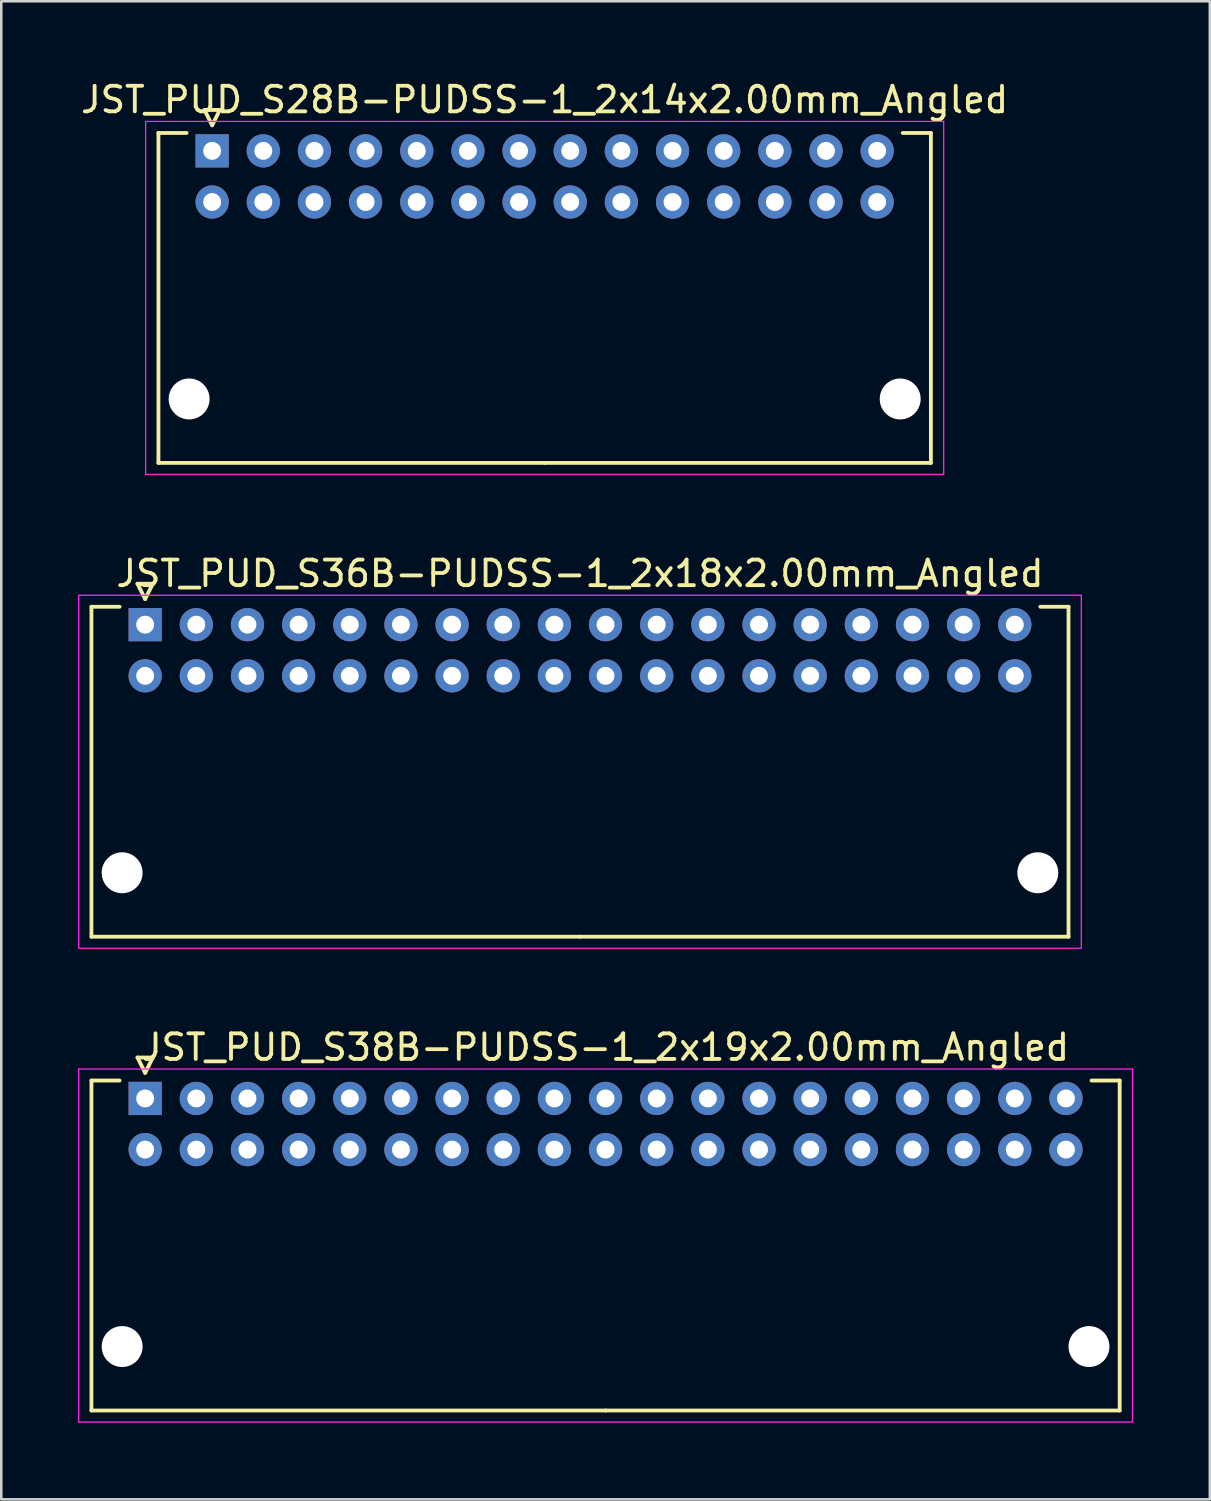
<source format=kicad_pcb>
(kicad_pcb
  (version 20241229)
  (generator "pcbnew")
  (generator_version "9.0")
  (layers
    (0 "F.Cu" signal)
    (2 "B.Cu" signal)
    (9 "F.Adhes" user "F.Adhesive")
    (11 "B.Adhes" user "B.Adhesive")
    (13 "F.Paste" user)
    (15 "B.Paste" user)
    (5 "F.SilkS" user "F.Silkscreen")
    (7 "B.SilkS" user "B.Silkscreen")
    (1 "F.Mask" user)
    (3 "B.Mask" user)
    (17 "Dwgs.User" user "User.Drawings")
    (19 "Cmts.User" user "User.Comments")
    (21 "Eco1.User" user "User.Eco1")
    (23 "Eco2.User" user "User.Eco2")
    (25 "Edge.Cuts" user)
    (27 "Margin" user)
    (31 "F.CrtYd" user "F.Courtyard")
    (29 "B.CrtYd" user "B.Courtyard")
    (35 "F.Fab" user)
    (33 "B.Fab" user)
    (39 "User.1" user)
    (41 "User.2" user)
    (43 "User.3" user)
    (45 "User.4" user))
  (footprint "JST_PUD_S28B-PUDSS-1_2x14x2.00mm_Angled"
    (layer "F.Cu")
    (at 5.244 2.848)
    (property "Reference" "JST_PUD_S28B-PUDSS-1_2x14x2.00mm_Angled" (at 13 -2 0) (layer "F.SilkS") (effects (font (size 1 1) (thickness 0.15))))
    (attr through_hole)
    (fp_line (start -2.1 -0.7) (end -2.1 12.2) (stroke (width 0.15) (type solid)) (layer "F.SilkS"))
    (fp_line (start -2.1 12.2) (end 13 12.2) (stroke (width 0.15) (type solid)) (layer "F.SilkS"))
    (fp_line (start -1 -0.7) (end -2.1 -0.7) (stroke (width 0.15) (type solid)) (layer "F.SilkS"))
    (fp_line (start -0.3 -1.6) (end 0.3 -1.6) (stroke (width 0.15) (type solid)) (layer "F.SilkS"))
    (fp_line (start 0 -1) (end -0.3 -1.6) (stroke (width 0.15) (type solid)) (layer "F.SilkS"))
    (fp_line (start 0.3 -1.6) (end 0 -1) (stroke (width 0.15) (type solid)) (layer "F.SilkS"))
    (fp_line (start 27 -0.7) (end 28.1 -0.7) (stroke (width 0.15) (type solid)) (layer "F.SilkS"))
    (fp_line (start 28.1 -0.7) (end 28.1 12.2) (stroke (width 0.15) (type solid)) (layer "F.SilkS"))
    (fp_line (start 28.1 12.2) (end 13 12.2) (stroke (width 0.15) (type solid)) (layer "F.SilkS"))
    (fp_line (start -2.6 -1.15) (end -2.6 12.65) (stroke (width 0.05) (type solid)) (layer "F.CrtYd"))
    (fp_line (start -2.6 12.65) (end 28.6 12.65) (stroke (width 0.05) (type solid)) (layer "F.CrtYd"))
    (fp_line (start 28.6 -1.15) (end -2.6 -1.15) (stroke (width 0.05) (type solid)) (layer "F.CrtYd"))
    (fp_line (start 28.6 12.65) (end 28.6 -1.15) (stroke (width 0.05) (type solid)) (layer "F.CrtYd"))
    (pad "" np_thru_hole circle (at -0.9 9.7) (size 1.6 1.6) (drill 1.6) (layers "*.Cu"))
    (pad "" np_thru_hole circle (at 26.9 9.7) (size 1.6 1.6) (drill 1.6) (layers "*.Cu"))
    (pad "1" thru_hole rect (at 0 0) (size 1.3 1.3) (drill 0.7) (layers "*.Cu" "*.Mask"))
    (pad "2" thru_hole circle (at 0 2) (size 1.3 1.3) (drill 0.7) (layers "*.Cu" "*.Mask"))
    (pad "3" thru_hole circle (at 2 0) (size 1.3 1.3) (drill 0.7) (layers "*.Cu" "*.Mask"))
    (pad "4" thru_hole circle (at 2 2) (size 1.3 1.3) (drill 0.7) (layers "*.Cu" "*.Mask"))
    (pad "5" thru_hole circle (at 4 0) (size 1.3 1.3) (drill 0.7) (layers "*.Cu" "*.Mask"))
    (pad "6" thru_hole circle (at 4 2) (size 1.3 1.3) (drill 0.7) (layers "*.Cu" "*.Mask"))
    (pad "7" thru_hole circle (at 6 0) (size 1.3 1.3) (drill 0.7) (layers "*.Cu" "*.Mask"))
    (pad "8" thru_hole circle (at 6 2) (size 1.3 1.3) (drill 0.7) (layers "*.Cu" "*.Mask"))
    (pad "9" thru_hole circle (at 8 0) (size 1.3 1.3) (drill 0.7) (layers "*.Cu" "*.Mask"))
    (pad "10" thru_hole circle (at 8 2) (size 1.3 1.3) (drill 0.7) (layers "*.Cu" "*.Mask"))
    (pad "11" thru_hole circle (at 10 0) (size 1.3 1.3) (drill 0.7) (layers "*.Cu" "*.Mask"))
    (pad "12" thru_hole circle (at 10 2) (size 1.3 1.3) (drill 0.7) (layers "*.Cu" "*.Mask"))
    (pad "13" thru_hole circle (at 12 0) (size 1.3 1.3) (drill 0.7) (layers "*.Cu" "*.Mask"))
    (pad "14" thru_hole circle (at 12 2) (size 1.3 1.3) (drill 0.7) (layers "*.Cu" "*.Mask"))
    (pad "15" thru_hole circle (at 14 0) (size 1.3 1.3) (drill 0.7) (layers "*.Cu" "*.Mask"))
    (pad "16" thru_hole circle (at 14 2) (size 1.3 1.3) (drill 0.7) (layers "*.Cu" "*.Mask"))
    (pad "17" thru_hole circle (at 16 0) (size 1.3 1.3) (drill 0.7) (layers "*.Cu" "*.Mask"))
    (pad "18" thru_hole circle (at 16 2) (size 1.3 1.3) (drill 0.7) (layers "*.Cu" "*.Mask"))
    (pad "19" thru_hole circle (at 18 0) (size 1.3 1.3) (drill 0.7) (layers "*.Cu" "*.Mask"))
    (pad "20" thru_hole circle (at 18 2) (size 1.3 1.3) (drill 0.7) (layers "*.Cu" "*.Mask"))
    (pad "21" thru_hole circle (at 20 0) (size 1.3 1.3) (drill 0.7) (layers "*.Cu" "*.Mask"))
    (pad "22" thru_hole circle (at 20 2) (size 1.3 1.3) (drill 0.7) (layers "*.Cu" "*.Mask"))
    (pad "23" thru_hole circle (at 22 0) (size 1.3 1.3) (drill 0.7) (layers "*.Cu" "*.Mask"))
    (pad "24" thru_hole circle (at 22 2) (size 1.3 1.3) (drill 0.7) (layers "*.Cu" "*.Mask"))
    (pad "25" thru_hole circle (at 24 0) (size 1.3 1.3) (drill 0.7) (layers "*.Cu" "*.Mask"))
    (pad "26" thru_hole circle (at 24 2) (size 1.3 1.3) (drill 0.7) (layers "*.Cu" "*.Mask"))
    (pad "27" thru_hole circle (at 26 0) (size 1.3 1.3) (drill 0.7) (layers "*.Cu" "*.Mask"))
    (pad "28" thru_hole circle (at 26 2) (size 1.3 1.3) (drill 0.7) (layers "*.Cu" "*.Mask")))
  (footprint "JST_PUD_S36B-PUDSS-1_2x18x2.00mm_Angled"
    (layer "F.Cu")
    (at 2.625 21.372)
    (property "Reference" "JST_PUD_S36B-PUDSS-1_2x18x2.00mm_Angled" (at 17 -2 0) (layer "F.SilkS") (effects (font (size 1 1) (thickness 0.15))))
    (attr through_hole)
    (fp_line (start -2.1 -0.7) (end -2.1 12.2) (stroke (width 0.15) (type solid)) (layer "F.SilkS"))
    (fp_line (start -2.1 12.2) (end 17 12.2) (stroke (width 0.15) (type solid)) (layer "F.SilkS"))
    (fp_line (start -1 -0.7) (end -2.1 -0.7) (stroke (width 0.15) (type solid)) (layer "F.SilkS"))
    (fp_line (start -0.3 -1.6) (end 0.3 -1.6) (stroke (width 0.15) (type solid)) (layer "F.SilkS"))
    (fp_line (start 0 -1) (end -0.3 -1.6) (stroke (width 0.15) (type solid)) (layer "F.SilkS"))
    (fp_line (start 0.3 -1.6) (end 0 -1) (stroke (width 0.15) (type solid)) (layer "F.SilkS"))
    (fp_line (start 35 -0.7) (end 36.1 -0.7) (stroke (width 0.15) (type solid)) (layer "F.SilkS"))
    (fp_line (start 36.1 -0.7) (end 36.1 12.2) (stroke (width 0.15) (type solid)) (layer "F.SilkS"))
    (fp_line (start 36.1 12.2) (end 17 12.2) (stroke (width 0.15) (type solid)) (layer "F.SilkS"))
    (fp_line (start -2.6 -1.15) (end -2.6 12.65) (stroke (width 0.05) (type solid)) (layer "F.CrtYd"))
    (fp_line (start -2.6 12.65) (end 36.6 12.65) (stroke (width 0.05) (type solid)) (layer "F.CrtYd"))
    (fp_line (start 36.6 -1.15) (end -2.6 -1.15) (stroke (width 0.05) (type solid)) (layer "F.CrtYd"))
    (fp_line (start 36.6 12.65) (end 36.6 -1.15) (stroke (width 0.05) (type solid)) (layer "F.CrtYd"))
    (pad "" np_thru_hole circle (at -0.9 9.7) (size 1.6 1.6) (drill 1.6) (layers "*.Cu"))
    (pad "" np_thru_hole circle (at 34.9 9.7) (size 1.6 1.6) (drill 1.6) (layers "*.Cu"))
    (pad "1" thru_hole rect (at 0 0) (size 1.3 1.3) (drill 0.7) (layers "*.Cu" "*.Mask"))
    (pad "2" thru_hole circle (at 0 2) (size 1.3 1.3) (drill 0.7) (layers "*.Cu" "*.Mask"))
    (pad "3" thru_hole circle (at 2 0) (size 1.3 1.3) (drill 0.7) (layers "*.Cu" "*.Mask"))
    (pad "4" thru_hole circle (at 2 2) (size 1.3 1.3) (drill 0.7) (layers "*.Cu" "*.Mask"))
    (pad "5" thru_hole circle (at 4 0) (size 1.3 1.3) (drill 0.7) (layers "*.Cu" "*.Mask"))
    (pad "6" thru_hole circle (at 4 2) (size 1.3 1.3) (drill 0.7) (layers "*.Cu" "*.Mask"))
    (pad "7" thru_hole circle (at 6 0) (size 1.3 1.3) (drill 0.7) (layers "*.Cu" "*.Mask"))
    (pad "8" thru_hole circle (at 6 2) (size 1.3 1.3) (drill 0.7) (layers "*.Cu" "*.Mask"))
    (pad "9" thru_hole circle (at 8 0) (size 1.3 1.3) (drill 0.7) (layers "*.Cu" "*.Mask"))
    (pad "10" thru_hole circle (at 8 2) (size 1.3 1.3) (drill 0.7) (layers "*.Cu" "*.Mask"))
    (pad "11" thru_hole circle (at 10 0) (size 1.3 1.3) (drill 0.7) (layers "*.Cu" "*.Mask"))
    (pad "12" thru_hole circle (at 10 2) (size 1.3 1.3) (drill 0.7) (layers "*.Cu" "*.Mask"))
    (pad "13" thru_hole circle (at 12 0) (size 1.3 1.3) (drill 0.7) (layers "*.Cu" "*.Mask"))
    (pad "14" thru_hole circle (at 12 2) (size 1.3 1.3) (drill 0.7) (layers "*.Cu" "*.Mask"))
    (pad "15" thru_hole circle (at 14 0) (size 1.3 1.3) (drill 0.7) (layers "*.Cu" "*.Mask"))
    (pad "16" thru_hole circle (at 14 2) (size 1.3 1.3) (drill 0.7) (layers "*.Cu" "*.Mask"))
    (pad "17" thru_hole circle (at 16 0) (size 1.3 1.3) (drill 0.7) (layers "*.Cu" "*.Mask"))
    (pad "18" thru_hole circle (at 16 2) (size 1.3 1.3) (drill 0.7) (layers "*.Cu" "*.Mask"))
    (pad "19" thru_hole circle (at 18 0) (size 1.3 1.3) (drill 0.7) (layers "*.Cu" "*.Mask"))
    (pad "20" thru_hole circle (at 18 2) (size 1.3 1.3) (drill 0.7) (layers "*.Cu" "*.Mask"))
    (pad "21" thru_hole circle (at 20 0) (size 1.3 1.3) (drill 0.7) (layers "*.Cu" "*.Mask"))
    (pad "22" thru_hole circle (at 20 2) (size 1.3 1.3) (drill 0.7) (layers "*.Cu" "*.Mask"))
    (pad "23" thru_hole circle (at 22 0) (size 1.3 1.3) (drill 0.7) (layers "*.Cu" "*.Mask"))
    (pad "24" thru_hole circle (at 22 2) (size 1.3 1.3) (drill 0.7) (layers "*.Cu" "*.Mask"))
    (pad "25" thru_hole circle (at 24 0) (size 1.3 1.3) (drill 0.7) (layers "*.Cu" "*.Mask"))
    (pad "26" thru_hole circle (at 24 2) (size 1.3 1.3) (drill 0.7) (layers "*.Cu" "*.Mask"))
    (pad "27" thru_hole circle (at 26 0) (size 1.3 1.3) (drill 0.7) (layers "*.Cu" "*.Mask"))
    (pad "28" thru_hole circle (at 26 2) (size 1.3 1.3) (drill 0.7) (layers "*.Cu" "*.Mask"))
    (pad "29" thru_hole circle (at 28 0) (size 1.3 1.3) (drill 0.7) (layers "*.Cu" "*.Mask"))
    (pad "30" thru_hole circle (at 28 2) (size 1.3 1.3) (drill 0.7) (layers "*.Cu" "*.Mask"))
    (pad "31" thru_hole circle (at 30 0) (size 1.3 1.3) (drill 0.7) (layers "*.Cu" "*.Mask"))
    (pad "32" thru_hole circle (at 30 2) (size 1.3 1.3) (drill 0.7) (layers "*.Cu" "*.Mask"))
    (pad "33" thru_hole circle (at 32 0) (size 1.3 1.3) (drill 0.7) (layers "*.Cu" "*.Mask"))
    (pad "34" thru_hole circle (at 32 2) (size 1.3 1.3) (drill 0.7) (layers "*.Cu" "*.Mask"))
    (pad "35" thru_hole circle (at 34 0) (size 1.3 1.3) (drill 0.7) (layers "*.Cu" "*.Mask"))
    (pad "36" thru_hole circle (at 34 2) (size 1.3 1.3) (drill 0.7) (layers "*.Cu" "*.Mask")))
  (footprint "JST_PUD_S38B-PUDSS-1_2x19x2.00mm_Angled"
    (layer "F.Cu")
    (at 2.625 39.895)
    (property "Reference" "JST_PUD_S38B-PUDSS-1_2x19x2.00mm_Angled" (at 18 -2 0) (layer "F.SilkS") (effects (font (size 1 1) (thickness 0.15))))
    (attr through_hole)
    (fp_line (start -2.1 -0.7) (end -2.1 12.2) (stroke (width 0.15) (type solid)) (layer "F.SilkS"))
    (fp_line (start -2.1 12.2) (end 18 12.2) (stroke (width 0.15) (type solid)) (layer "F.SilkS"))
    (fp_line (start -1 -0.7) (end -2.1 -0.7) (stroke (width 0.15) (type solid)) (layer "F.SilkS"))
    (fp_line (start -0.3 -1.6) (end 0.3 -1.6) (stroke (width 0.15) (type solid)) (layer "F.SilkS"))
    (fp_line (start 0 -1) (end -0.3 -1.6) (stroke (width 0.15) (type solid)) (layer "F.SilkS"))
    (fp_line (start 0.3 -1.6) (end 0 -1) (stroke (width 0.15) (type solid)) (layer "F.SilkS"))
    (fp_line (start 37 -0.7) (end 38.1 -0.7) (stroke (width 0.15) (type solid)) (layer "F.SilkS"))
    (fp_line (start 38.1 -0.7) (end 38.1 12.2) (stroke (width 0.15) (type solid)) (layer "F.SilkS"))
    (fp_line (start 38.1 12.2) (end 18 12.2) (stroke (width 0.15) (type solid)) (layer "F.SilkS"))
    (fp_line (start -2.6 -1.15) (end -2.6 12.65) (stroke (width 0.05) (type solid)) (layer "F.CrtYd"))
    (fp_line (start -2.6 12.65) (end 38.6 12.65) (stroke (width 0.05) (type solid)) (layer "F.CrtYd"))
    (fp_line (start 38.6 -1.15) (end -2.6 -1.15) (stroke (width 0.05) (type solid)) (layer "F.CrtYd"))
    (fp_line (start 38.6 12.65) (end 38.6 -1.15) (stroke (width 0.05) (type solid)) (layer "F.CrtYd"))
    (pad "" np_thru_hole circle (at -0.9 9.7) (size 1.6 1.6) (drill 1.6) (layers "*.Cu"))
    (pad "" np_thru_hole circle (at 36.9 9.7) (size 1.6 1.6) (drill 1.6) (layers "*.Cu"))
    (pad "1" thru_hole rect (at 0 0) (size 1.3 1.3) (drill 0.7) (layers "*.Cu" "*.Mask"))
    (pad "2" thru_hole circle (at 0 2) (size 1.3 1.3) (drill 0.7) (layers "*.Cu" "*.Mask"))
    (pad "3" thru_hole circle (at 2 0) (size 1.3 1.3) (drill 0.7) (layers "*.Cu" "*.Mask"))
    (pad "4" thru_hole circle (at 2 2) (size 1.3 1.3) (drill 0.7) (layers "*.Cu" "*.Mask"))
    (pad "5" thru_hole circle (at 4 0) (size 1.3 1.3) (drill 0.7) (layers "*.Cu" "*.Mask"))
    (pad "6" thru_hole circle (at 4 2) (size 1.3 1.3) (drill 0.7) (layers "*.Cu" "*.Mask"))
    (pad "7" thru_hole circle (at 6 0) (size 1.3 1.3) (drill 0.7) (layers "*.Cu" "*.Mask"))
    (pad "8" thru_hole circle (at 6 2) (size 1.3 1.3) (drill 0.7) (layers "*.Cu" "*.Mask"))
    (pad "9" thru_hole circle (at 8 0) (size 1.3 1.3) (drill 0.7) (layers "*.Cu" "*.Mask"))
    (pad "10" thru_hole circle (at 8 2) (size 1.3 1.3) (drill 0.7) (layers "*.Cu" "*.Mask"))
    (pad "11" thru_hole circle (at 10 0) (size 1.3 1.3) (drill 0.7) (layers "*.Cu" "*.Mask"))
    (pad "12" thru_hole circle (at 10 2) (size 1.3 1.3) (drill 0.7) (layers "*.Cu" "*.Mask"))
    (pad "13" thru_hole circle (at 12 0) (size 1.3 1.3) (drill 0.7) (layers "*.Cu" "*.Mask"))
    (pad "14" thru_hole circle (at 12 2) (size 1.3 1.3) (drill 0.7) (layers "*.Cu" "*.Mask"))
    (pad "15" thru_hole circle (at 14 0) (size 1.3 1.3) (drill 0.7) (layers "*.Cu" "*.Mask"))
    (pad "16" thru_hole circle (at 14 2) (size 1.3 1.3) (drill 0.7) (layers "*.Cu" "*.Mask"))
    (pad "17" thru_hole circle (at 16 0) (size 1.3 1.3) (drill 0.7) (layers "*.Cu" "*.Mask"))
    (pad "18" thru_hole circle (at 16 2) (size 1.3 1.3) (drill 0.7) (layers "*.Cu" "*.Mask"))
    (pad "19" thru_hole circle (at 18 0) (size 1.3 1.3) (drill 0.7) (layers "*.Cu" "*.Mask"))
    (pad "20" thru_hole circle (at 18 2) (size 1.3 1.3) (drill 0.7) (layers "*.Cu" "*.Mask"))
    (pad "21" thru_hole circle (at 20 0) (size 1.3 1.3) (drill 0.7) (layers "*.Cu" "*.Mask"))
    (pad "22" thru_hole circle (at 20 2) (size 1.3 1.3) (drill 0.7) (layers "*.Cu" "*.Mask"))
    (pad "23" thru_hole circle (at 22 0) (size 1.3 1.3) (drill 0.7) (layers "*.Cu" "*.Mask"))
    (pad "24" thru_hole circle (at 22 2) (size 1.3 1.3) (drill 0.7) (layers "*.Cu" "*.Mask"))
    (pad "25" thru_hole circle (at 24 0) (size 1.3 1.3) (drill 0.7) (layers "*.Cu" "*.Mask"))
    (pad "26" thru_hole circle (at 24 2) (size 1.3 1.3) (drill 0.7) (layers "*.Cu" "*.Mask"))
    (pad "27" thru_hole circle (at 26 0) (size 1.3 1.3) (drill 0.7) (layers "*.Cu" "*.Mask"))
    (pad "28" thru_hole circle (at 26 2) (size 1.3 1.3) (drill 0.7) (layers "*.Cu" "*.Mask"))
    (pad "29" thru_hole circle (at 28 0) (size 1.3 1.3) (drill 0.7) (layers "*.Cu" "*.Mask"))
    (pad "30" thru_hole circle (at 28 2) (size 1.3 1.3) (drill 0.7) (layers "*.Cu" "*.Mask"))
    (pad "31" thru_hole circle (at 30 0) (size 1.3 1.3) (drill 0.7) (layers "*.Cu" "*.Mask"))
    (pad "32" thru_hole circle (at 30 2) (size 1.3 1.3) (drill 0.7) (layers "*.Cu" "*.Mask"))
    (pad "33" thru_hole circle (at 32 0) (size 1.3 1.3) (drill 0.7) (layers "*.Cu" "*.Mask"))
    (pad "34" thru_hole circle (at 32 2) (size 1.3 1.3) (drill 0.7) (layers "*.Cu" "*.Mask"))
    (pad "35" thru_hole circle (at 34 0) (size 1.3 1.3) (drill 0.7) (layers "*.Cu" "*.Mask"))
    (pad "36" thru_hole circle (at 34 2) (size 1.3 1.3) (drill 0.7) (layers "*.Cu" "*.Mask"))
    (pad "37" thru_hole circle (at 36 0) (size 1.3 1.3) (drill 0.7) (layers "*.Cu" "*.Mask"))
    (pad "38" thru_hole circle (at 36 2) (size 1.3 1.3) (drill 0.7) (layers "*.Cu" "*.Mask")))
  (gr_rect
    (start -3 -3)
    (end 44.25 55.57)
    (stroke (width 0.1) (type default))
    (fill no)
    (layer "Edge.Cuts")))
</source>
